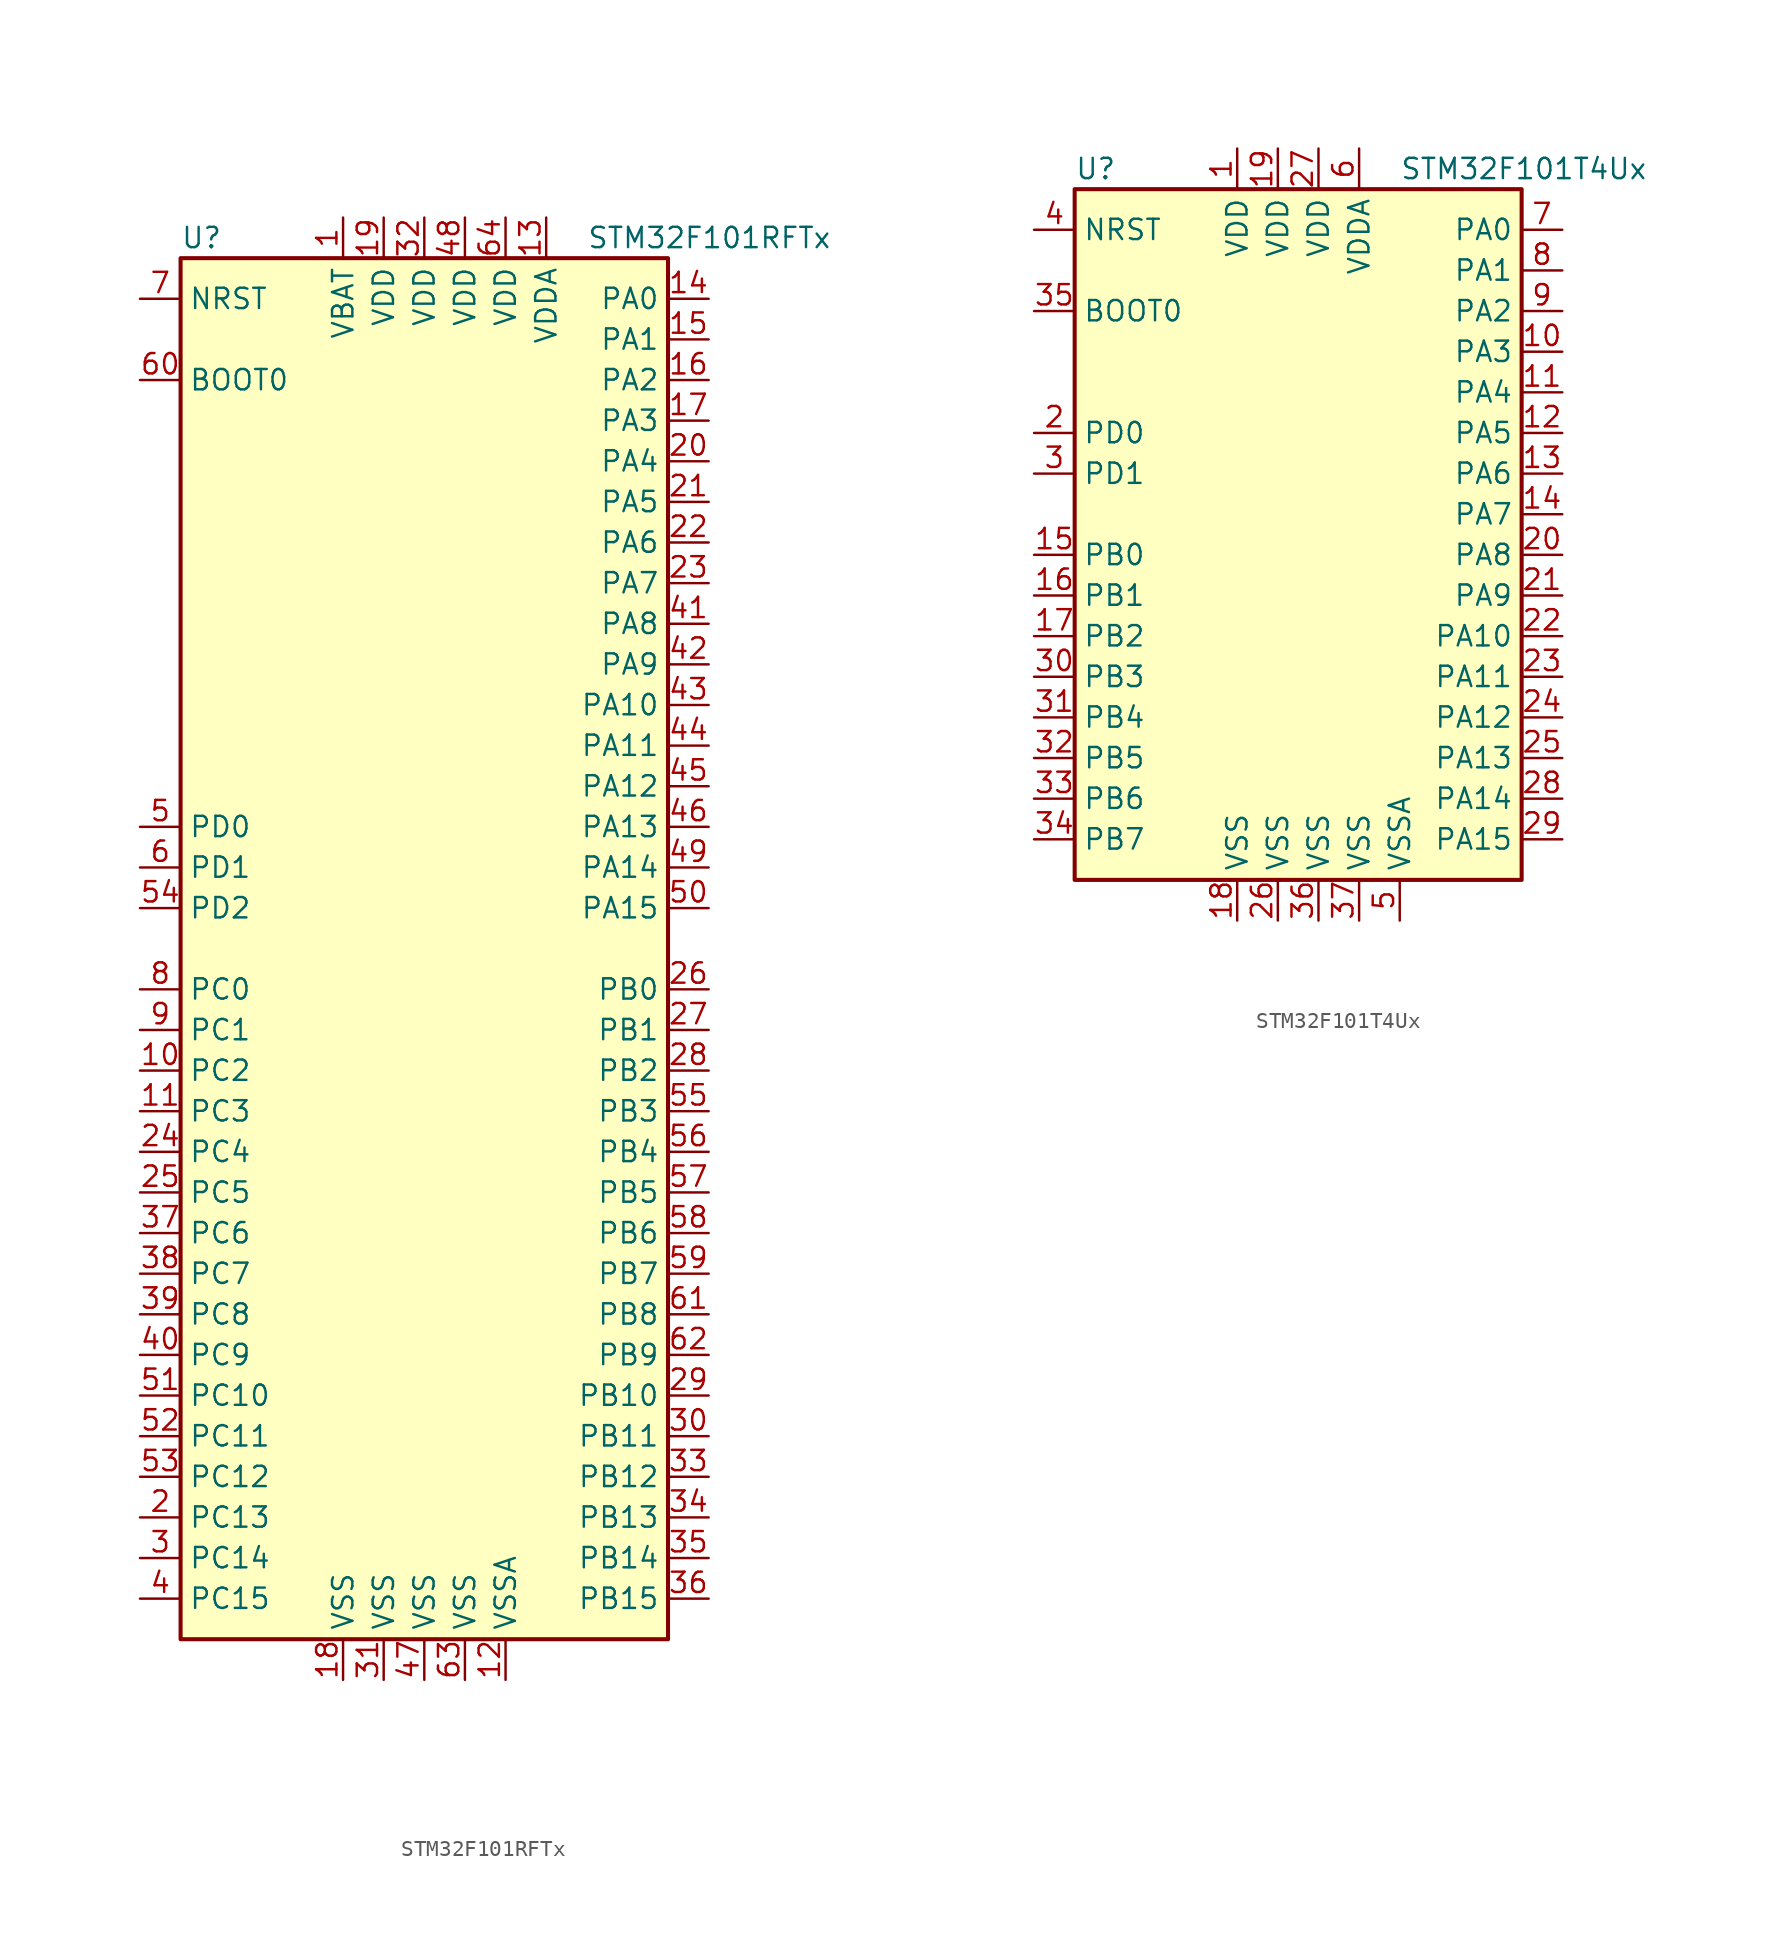
<source format=kicad_sym>
(kicad_symbol_lib
  (version 20201005)
  (generator kicad_symbol_editor)
  (symbol "STM32F101RFTx"
    (property "Reference" "U"
      (at -15.24 44.45 0)
      (effects (font (size 1.27 1.27)) (justify left)))
    (property "Value" "STM32F101RFTx"
      (at 10.16 44.45 0)
      (effects (font (size 1.27 1.27)) (justify left)))
    (symbol "STM32F101RFTx_0_1"
      (rectangle (start -15.24 -43.18) (end 15.24 43.18) (stroke (width 0.254)) (fill (type background))))
    (symbol "STM32F101RFTx_1_1"
      (pin input line (at -17.78 35.56 0) (length 2.54) (name "BOOT0" (effects (font (size 1.27 1.27)))) (number "60" (effects (font (size 1.27 1.27)))))
      (pin input line (at -17.78 40.64 0) (length 2.54) (name "NRST" (effects (font (size 1.27 1.27)))) (number "7" (effects (font (size 1.27 1.27)))))
      (pin bidirectional line (at 17.78 40.64 180) (length 2.54) (name "PA0" (effects (font (size 1.27 1.27)))) (number "14" (effects (font (size 1.27 1.27)))))
      (pin bidirectional line (at 17.78 38.1 180) (length 2.54) (name "PA1" (effects (font (size 1.27 1.27)))) (number "15" (effects (font (size 1.27 1.27)))))
      (pin bidirectional line (at 17.78 15.24 180) (length 2.54) (name "PA10" (effects (font (size 1.27 1.27)))) (number "43" (effects (font (size 1.27 1.27)))))
      (pin bidirectional line (at 17.78 12.7 180) (length 2.54) (name "PA11" (effects (font (size 1.27 1.27)))) (number "44" (effects (font (size 1.27 1.27)))))
      (pin bidirectional line (at 17.78 10.16 180) (length 2.54) (name "PA12" (effects (font (size 1.27 1.27)))) (number "45" (effects (font (size 1.27 1.27)))))
      (pin bidirectional line (at 17.78 7.62 180) (length 2.54) (name "PA13" (effects (font (size 1.27 1.27)))) (number "46" (effects (font (size 1.27 1.27)))))
      (pin bidirectional line (at 17.78 5.08 180) (length 2.54) (name "PA14" (effects (font (size 1.27 1.27)))) (number "49" (effects (font (size 1.27 1.27)))))
      (pin bidirectional line (at 17.78 2.54 180) (length 2.54) (name "PA15" (effects (font (size 1.27 1.27)))) (number "50" (effects (font (size 1.27 1.27)))))
      (pin bidirectional line (at 17.78 35.56 180) (length 2.54) (name "PA2" (effects (font (size 1.27 1.27)))) (number "16" (effects (font (size 1.27 1.27)))))
      (pin bidirectional line (at 17.78 33.02 180) (length 2.54) (name "PA3" (effects (font (size 1.27 1.27)))) (number "17" (effects (font (size 1.27 1.27)))))
      (pin bidirectional line (at 17.78 30.48 180) (length 2.54) (name "PA4" (effects (font (size 1.27 1.27)))) (number "20" (effects (font (size 1.27 1.27)))))
      (pin bidirectional line (at 17.78 27.94 180) (length 2.54) (name "PA5" (effects (font (size 1.27 1.27)))) (number "21" (effects (font (size 1.27 1.27)))))
      (pin bidirectional line (at 17.78 25.4 180) (length 2.54) (name "PA6" (effects (font (size 1.27 1.27)))) (number "22" (effects (font (size 1.27 1.27)))))
      (pin bidirectional line (at 17.78 22.86 180) (length 2.54) (name "PA7" (effects (font (size 1.27 1.27)))) (number "23" (effects (font (size 1.27 1.27)))))
      (pin bidirectional line (at 17.78 20.32 180) (length 2.54) (name "PA8" (effects (font (size 1.27 1.27)))) (number "41" (effects (font (size 1.27 1.27)))))
      (pin bidirectional line (at 17.78 17.78 180) (length 2.54) (name "PA9" (effects (font (size 1.27 1.27)))) (number "42" (effects (font (size 1.27 1.27)))))
      (pin bidirectional line (at 17.78 -2.54 180) (length 2.54) (name "PB0" (effects (font (size 1.27 1.27)))) (number "26" (effects (font (size 1.27 1.27)))))
      (pin bidirectional line (at 17.78 -5.08 180) (length 2.54) (name "PB1" (effects (font (size 1.27 1.27)))) (number "27" (effects (font (size 1.27 1.27)))))
      (pin bidirectional line (at 17.78 -27.94 180) (length 2.54) (name "PB10" (effects (font (size 1.27 1.27)))) (number "29" (effects (font (size 1.27 1.27)))))
      (pin bidirectional line (at 17.78 -30.48 180) (length 2.54) (name "PB11" (effects (font (size 1.27 1.27)))) (number "30" (effects (font (size 1.27 1.27)))))
      (pin bidirectional line (at 17.78 -33.02 180) (length 2.54) (name "PB12" (effects (font (size 1.27 1.27)))) (number "33" (effects (font (size 1.27 1.27)))))
      (pin bidirectional line (at 17.78 -35.56 180) (length 2.54) (name "PB13" (effects (font (size 1.27 1.27)))) (number "34" (effects (font (size 1.27 1.27)))))
      (pin bidirectional line (at 17.78 -38.1 180) (length 2.54) (name "PB14" (effects (font (size 1.27 1.27)))) (number "35" (effects (font (size 1.27 1.27)))))
      (pin bidirectional line (at 17.78 -40.64 180) (length 2.54) (name "PB15" (effects (font (size 1.27 1.27)))) (number "36" (effects (font (size 1.27 1.27)))))
      (pin bidirectional line (at 17.78 -7.62 180) (length 2.54) (name "PB2" (effects (font (size 1.27 1.27)))) (number "28" (effects (font (size 1.27 1.27)))))
      (pin bidirectional line (at 17.78 -10.16 180) (length 2.54) (name "PB3" (effects (font (size 1.27 1.27)))) (number "55" (effects (font (size 1.27 1.27)))))
      (pin bidirectional line (at 17.78 -12.7 180) (length 2.54) (name "PB4" (effects (font (size 1.27 1.27)))) (number "56" (effects (font (size 1.27 1.27)))))
      (pin bidirectional line (at 17.78 -15.24 180) (length 2.54) (name "PB5" (effects (font (size 1.27 1.27)))) (number "57" (effects (font (size 1.27 1.27)))))
      (pin bidirectional line (at 17.78 -17.78 180) (length 2.54) (name "PB6" (effects (font (size 1.27 1.27)))) (number "58" (effects (font (size 1.27 1.27)))))
      (pin bidirectional line (at 17.78 -20.32 180) (length 2.54) (name "PB7" (effects (font (size 1.27 1.27)))) (number "59" (effects (font (size 1.27 1.27)))))
      (pin bidirectional line (at 17.78 -22.86 180) (length 2.54) (name "PB8" (effects (font (size 1.27 1.27)))) (number "61" (effects (font (size 1.27 1.27)))))
      (pin bidirectional line (at 17.78 -25.4 180) (length 2.54) (name "PB9" (effects (font (size 1.27 1.27)))) (number "62" (effects (font (size 1.27 1.27)))))
      (pin bidirectional line (at -17.78 -2.54 0) (length 2.54) (name "PC0" (effects (font (size 1.27 1.27)))) (number "8" (effects (font (size 1.27 1.27)))))
      (pin bidirectional line (at -17.78 -5.08 0) (length 2.54) (name "PC1" (effects (font (size 1.27 1.27)))) (number "9" (effects (font (size 1.27 1.27)))))
      (pin bidirectional line (at -17.78 -27.94 0) (length 2.54) (name "PC10" (effects (font (size 1.27 1.27)))) (number "51" (effects (font (size 1.27 1.27)))))
      (pin bidirectional line (at -17.78 -30.48 0) (length 2.54) (name "PC11" (effects (font (size 1.27 1.27)))) (number "52" (effects (font (size 1.27 1.27)))))
      (pin bidirectional line (at -17.78 -33.02 0) (length 2.54) (name "PC12" (effects (font (size 1.27 1.27)))) (number "53" (effects (font (size 1.27 1.27)))))
      (pin bidirectional line (at -17.78 -35.56 0) (length 2.54) (name "PC13" (effects (font (size 1.27 1.27)))) (number "2" (effects (font (size 1.27 1.27)))))
      (pin bidirectional line (at -17.78 -38.1 0) (length 2.54) (name "PC14" (effects (font (size 1.27 1.27)))) (number "3" (effects (font (size 1.27 1.27)))))
      (pin bidirectional line (at -17.78 -40.64 0) (length 2.54) (name "PC15" (effects (font (size 1.27 1.27)))) (number "4" (effects (font (size 1.27 1.27)))))
      (pin bidirectional line (at -17.78 -7.62 0) (length 2.54) (name "PC2" (effects (font (size 1.27 1.27)))) (number "10" (effects (font (size 1.27 1.27)))))
      (pin bidirectional line (at -17.78 -10.16 0) (length 2.54) (name "PC3" (effects (font (size 1.27 1.27)))) (number "11" (effects (font (size 1.27 1.27)))))
      (pin bidirectional line (at -17.78 -12.7 0) (length 2.54) (name "PC4" (effects (font (size 1.27 1.27)))) (number "24" (effects (font (size 1.27 1.27)))))
      (pin bidirectional line (at -17.78 -15.24 0) (length 2.54) (name "PC5" (effects (font (size 1.27 1.27)))) (number "25" (effects (font (size 1.27 1.27)))))
      (pin bidirectional line (at -17.78 -17.78 0) (length 2.54) (name "PC6" (effects (font (size 1.27 1.27)))) (number "37" (effects (font (size 1.27 1.27)))))
      (pin bidirectional line (at -17.78 -20.32 0) (length 2.54) (name "PC7" (effects (font (size 1.27 1.27)))) (number "38" (effects (font (size 1.27 1.27)))))
      (pin bidirectional line (at -17.78 -22.86 0) (length 2.54) (name "PC8" (effects (font (size 1.27 1.27)))) (number "39" (effects (font (size 1.27 1.27)))))
      (pin bidirectional line (at -17.78 -25.4 0) (length 2.54) (name "PC9" (effects (font (size 1.27 1.27)))) (number "40" (effects (font (size 1.27 1.27)))))
      (pin input line (at -17.78 7.62 0) (length 2.54) (name "PD0" (effects (font (size 1.27 1.27)))) (number "5" (effects (font (size 1.27 1.27)))))
      (pin input line (at -17.78 5.08 0) (length 2.54) (name "PD1" (effects (font (size 1.27 1.27)))) (number "6" (effects (font (size 1.27 1.27)))))
      (pin bidirectional line (at -17.78 2.54 0) (length 2.54) (name "PD2" (effects (font (size 1.27 1.27)))) (number "54" (effects (font (size 1.27 1.27)))))
      (pin power_in line (at -5.08 45.72 270) (length 2.54) (name "VBAT" (effects (font (size 1.27 1.27)))) (number "1" (effects (font (size 1.27 1.27)))))
      (pin power_in line (at -2.54 45.72 270) (length 2.54) (name "VDD" (effects (font (size 1.27 1.27)))) (number "19" (effects (font (size 1.27 1.27)))))
      (pin power_in line (at 0 45.72 270) (length 2.54) (name "VDD" (effects (font (size 1.27 1.27)))) (number "32" (effects (font (size 1.27 1.27)))))
      (pin power_in line (at 2.54 45.72 270) (length 2.54) (name "VDD" (effects (font (size 1.27 1.27)))) (number "48" (effects (font (size 1.27 1.27)))))
      (pin power_in line (at 5.08 45.72 270) (length 2.54) (name "VDD" (effects (font (size 1.27 1.27)))) (number "64" (effects (font (size 1.27 1.27)))))
      (pin power_in line (at 7.62 45.72 270) (length 2.54) (name "VDDA" (effects (font (size 1.27 1.27)))) (number "13" (effects (font (size 1.27 1.27)))))
      (pin power_in line (at -5.08 -45.72 90) (length 2.54) (name "VSS" (effects (font (size 1.27 1.27)))) (number "18" (effects (font (size 1.27 1.27)))))
      (pin power_in line (at -2.54 -45.72 90) (length 2.54) (name "VSS" (effects (font (size 1.27 1.27)))) (number "31" (effects (font (size 1.27 1.27)))))
      (pin power_in line (at 0 -45.72 90) (length 2.54) (name "VSS" (effects (font (size 1.27 1.27)))) (number "47" (effects (font (size 1.27 1.27)))))
      (pin power_in line (at 2.54 -45.72 90) (length 2.54) (name "VSS" (effects (font (size 1.27 1.27)))) (number "63" (effects (font (size 1.27 1.27)))))
      (pin power_in line (at 5.08 -45.72 90) (length 2.54) (name "VSSA" (effects (font (size 1.27 1.27)))) (number "12" (effects (font (size 1.27 1.27)))))))
  (symbol "STM32F101T4Ux"
    (property "Reference" "U"
      (at -15.24 21.59 0)
      (effects (font (size 1.27 1.27)) (justify left)))
    (property "Value" "STM32F101T4Ux"
      (at 5.08 21.59 0)
      (effects (font (size 1.27 1.27)) (justify left)))
    (symbol "STM32F101T4Ux_0_1"
      (rectangle (start -15.24 -22.86) (end 12.7 20.32) (stroke (width 0.254)) (fill (type background))))
    (symbol "STM32F101T4Ux_1_1"
      (pin input line (at -17.78 12.7 0) (length 2.54) (name "BOOT0" (effects (font (size 1.27 1.27)))) (number "35" (effects (font (size 1.27 1.27)))))
      (pin input line (at -17.78 17.78 0) (length 2.54) (name "NRST" (effects (font (size 1.27 1.27)))) (number "4" (effects (font (size 1.27 1.27)))))
      (pin bidirectional line (at 15.24 17.78 180) (length 2.54) (name "PA0" (effects (font (size 1.27 1.27)))) (number "7" (effects (font (size 1.27 1.27)))))
      (pin bidirectional line (at 15.24 15.24 180) (length 2.54) (name "PA1" (effects (font (size 1.27 1.27)))) (number "8" (effects (font (size 1.27 1.27)))))
      (pin bidirectional line (at 15.24 -7.62 180) (length 2.54) (name "PA10" (effects (font (size 1.27 1.27)))) (number "22" (effects (font (size 1.27 1.27)))))
      (pin bidirectional line (at 15.24 -10.16 180) (length 2.54) (name "PA11" (effects (font (size 1.27 1.27)))) (number "23" (effects (font (size 1.27 1.27)))))
      (pin bidirectional line (at 15.24 -12.7 180) (length 2.54) (name "PA12" (effects (font (size 1.27 1.27)))) (number "24" (effects (font (size 1.27 1.27)))))
      (pin bidirectional line (at 15.24 -15.24 180) (length 2.54) (name "PA13" (effects (font (size 1.27 1.27)))) (number "25" (effects (font (size 1.27 1.27)))))
      (pin bidirectional line (at 15.24 -17.78 180) (length 2.54) (name "PA14" (effects (font (size 1.27 1.27)))) (number "28" (effects (font (size 1.27 1.27)))))
      (pin bidirectional line (at 15.24 -20.32 180) (length 2.54) (name "PA15" (effects (font (size 1.27 1.27)))) (number "29" (effects (font (size 1.27 1.27)))))
      (pin bidirectional line (at 15.24 12.7 180) (length 2.54) (name "PA2" (effects (font (size 1.27 1.27)))) (number "9" (effects (font (size 1.27 1.27)))))
      (pin bidirectional line (at 15.24 10.16 180) (length 2.54) (name "PA3" (effects (font (size 1.27 1.27)))) (number "10" (effects (font (size 1.27 1.27)))))
      (pin bidirectional line (at 15.24 7.62 180) (length 2.54) (name "PA4" (effects (font (size 1.27 1.27)))) (number "11" (effects (font (size 1.27 1.27)))))
      (pin bidirectional line (at 15.24 5.08 180) (length 2.54) (name "PA5" (effects (font (size 1.27 1.27)))) (number "12" (effects (font (size 1.27 1.27)))))
      (pin bidirectional line (at 15.24 2.54 180) (length 2.54) (name "PA6" (effects (font (size 1.27 1.27)))) (number "13" (effects (font (size 1.27 1.27)))))
      (pin bidirectional line (at 15.24 0 180) (length 2.54) (name "PA7" (effects (font (size 1.27 1.27)))) (number "14" (effects (font (size 1.27 1.27)))))
      (pin bidirectional line (at 15.24 -2.54 180) (length 2.54) (name "PA8" (effects (font (size 1.27 1.27)))) (number "20" (effects (font (size 1.27 1.27)))))
      (pin bidirectional line (at 15.24 -5.08 180) (length 2.54) (name "PA9" (effects (font (size 1.27 1.27)))) (number "21" (effects (font (size 1.27 1.27)))))
      (pin bidirectional line (at -17.78 -2.54 0) (length 2.54) (name "PB0" (effects (font (size 1.27 1.27)))) (number "15" (effects (font (size 1.27 1.27)))))
      (pin bidirectional line (at -17.78 -5.08 0) (length 2.54) (name "PB1" (effects (font (size 1.27 1.27)))) (number "16" (effects (font (size 1.27 1.27)))))
      (pin bidirectional line (at -17.78 -7.62 0) (length 2.54) (name "PB2" (effects (font (size 1.27 1.27)))) (number "17" (effects (font (size 1.27 1.27)))))
      (pin bidirectional line (at -17.78 -10.16 0) (length 2.54) (name "PB3" (effects (font (size 1.27 1.27)))) (number "30" (effects (font (size 1.27 1.27)))))
      (pin bidirectional line (at -17.78 -12.7 0) (length 2.54) (name "PB4" (effects (font (size 1.27 1.27)))) (number "31" (effects (font (size 1.27 1.27)))))
      (pin bidirectional line (at -17.78 -15.24 0) (length 2.54) (name "PB5" (effects (font (size 1.27 1.27)))) (number "32" (effects (font (size 1.27 1.27)))))
      (pin bidirectional line (at -17.78 -17.78 0) (length 2.54) (name "PB6" (effects (font (size 1.27 1.27)))) (number "33" (effects (font (size 1.27 1.27)))))
      (pin bidirectional line (at -17.78 -20.32 0) (length 2.54) (name "PB7" (effects (font (size 1.27 1.27)))) (number "34" (effects (font (size 1.27 1.27)))))
      (pin input line (at -17.78 5.08 0) (length 2.54) (name "PD0" (effects (font (size 1.27 1.27)))) (number "2" (effects (font (size 1.27 1.27)))))
      (pin input line (at -17.78 2.54 0) (length 2.54) (name "PD1" (effects (font (size 1.27 1.27)))) (number "3" (effects (font (size 1.27 1.27)))))
      (pin power_in line (at -5.08 22.86 270) (length 2.54) (name "VDD" (effects (font (size 1.27 1.27)))) (number "1" (effects (font (size 1.27 1.27)))))
      (pin power_in line (at -2.54 22.86 270) (length 2.54) (name "VDD" (effects (font (size 1.27 1.27)))) (number "19" (effects (font (size 1.27 1.27)))))
      (pin power_in line (at 0 22.86 270) (length 2.54) (name "VDD" (effects (font (size 1.27 1.27)))) (number "27" (effects (font (size 1.27 1.27)))))
      (pin power_in line (at 2.54 22.86 270) (length 2.54) (name "VDDA" (effects (font (size 1.27 1.27)))) (number "6" (effects (font (size 1.27 1.27)))))
      (pin power_in line (at -5.08 -25.4 90) (length 2.54) (name "VSS" (effects (font (size 1.27 1.27)))) (number "18" (effects (font (size 1.27 1.27)))))
      (pin power_in line (at -2.54 -25.4 90) (length 2.54) (name "VSS" (effects (font (size 1.27 1.27)))) (number "26" (effects (font (size 1.27 1.27)))))
      (pin power_in line (at 0 -25.4 90) (length 2.54) (name "VSS" (effects (font (size 1.27 1.27)))) (number "36" (effects (font (size 1.27 1.27)))))
      (pin power_in line (at 2.54 -25.4 90) (length 2.54) (name "VSS" (effects (font (size 1.27 1.27)))) (number "37" (effects (font (size 1.27 1.27)))))
      (pin power_in line (at 5.08 -25.4 90) (length 2.54) (name "VSSA" (effects (font (size 1.27 1.27)))) (number "5" (effects (font (size 1.27 1.27))))))))
</source>
